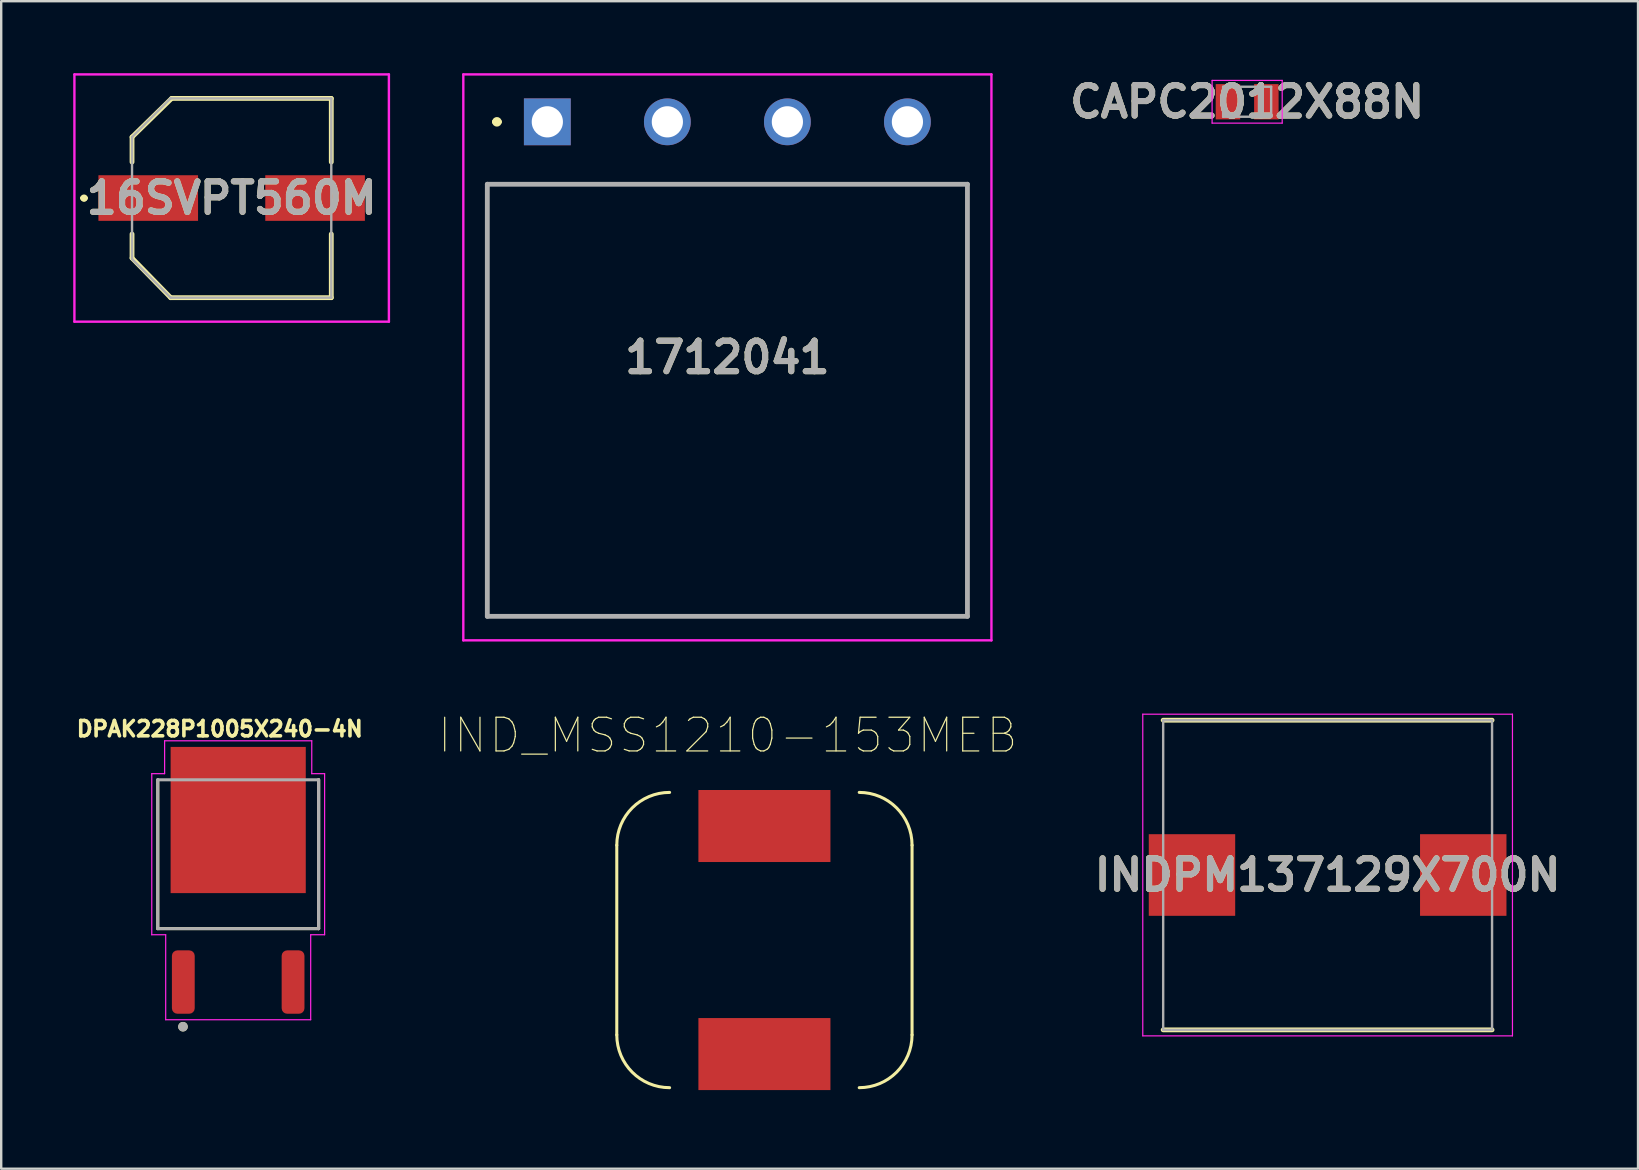
<source format=kicad_pcb>
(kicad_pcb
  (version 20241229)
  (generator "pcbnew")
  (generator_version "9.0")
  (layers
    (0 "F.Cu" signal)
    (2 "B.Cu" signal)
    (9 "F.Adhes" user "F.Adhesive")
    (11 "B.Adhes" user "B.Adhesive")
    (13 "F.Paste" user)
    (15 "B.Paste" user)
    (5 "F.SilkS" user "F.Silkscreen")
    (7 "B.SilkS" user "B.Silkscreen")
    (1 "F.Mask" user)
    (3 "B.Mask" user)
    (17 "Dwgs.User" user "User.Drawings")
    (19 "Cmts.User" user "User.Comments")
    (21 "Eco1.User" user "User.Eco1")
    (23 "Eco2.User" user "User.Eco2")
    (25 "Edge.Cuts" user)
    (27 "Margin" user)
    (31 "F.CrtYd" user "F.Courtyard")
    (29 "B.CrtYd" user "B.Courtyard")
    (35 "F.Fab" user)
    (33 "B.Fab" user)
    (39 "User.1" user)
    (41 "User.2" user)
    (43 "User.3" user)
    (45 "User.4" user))
  (footprint "INDPM137129X700N"
    (layer "F.Cu")
    (at 52.254 33.4)
    (property "Reference" "INDPM137129X700N" (at 0 0 0) (layer "F.SilkS") (effects (font (size 1.27 1.27) (thickness 0.254))))
    (attr smd)
    (fp_line (start -6.85 6.45) (end 6.85 6.45) (stroke (width 0.2) (type solid)) (layer "F.SilkS"))
    (fp_line (start 6.85 -6.45) (end -6.85 -6.45) (stroke (width 0.2) (type solid)) (layer "F.SilkS"))
    (fp_line (start -7.7 -6.7) (end 7.7 -6.7) (stroke (width 0.05) (type solid)) (layer "F.CrtYd"))
    (fp_line (start -7.7 6.7) (end -7.7 -6.7) (stroke (width 0.05) (type solid)) (layer "F.CrtYd"))
    (fp_line (start 7.7 -6.7) (end 7.7 6.7) (stroke (width 0.05) (type solid)) (layer "F.CrtYd"))
    (fp_line (start 7.7 6.7) (end -7.7 6.7) (stroke (width 0.05) (type solid)) (layer "F.CrtYd"))
    (fp_line (start -6.85 -6.45) (end 6.85 -6.45) (stroke (width 0.1) (type solid)) (layer "F.Fab"))
    (fp_line (start -6.85 6.45) (end -6.85 -6.45) (stroke (width 0.1) (type solid)) (layer "F.Fab"))
    (fp_line (start 6.85 -6.45) (end 6.85 6.45) (stroke (width 0.1) (type solid)) (layer "F.Fab"))
    (fp_line (start 6.85 6.45) (end -6.85 6.45) (stroke (width 0.1) (type solid)) (layer "F.Fab"))
    (fp_text user "${REFERENCE}" (at 0 0 0) (layer "F.Fab") (effects (font (size 1.27 1.27) (thickness 0.254))))
    (pad "1" smd rect (at -5.65 0 90) (size 3.4 3.6) (layers "F.Cu" "F.Mask" "F.Paste"))
    (pad "2" smd rect (at 5.65 0 90) (size 3.4 3.6) (layers "F.Cu" "F.Mask" "F.Paste")))
  (footprint "DPAK228P1005X240-4N"
    (layer "F.Cu")
    (at 6.872 33.619)
    (property "Reference" "DPAK228P1005X240-4N" (at -0.768 -6.306 0) (layer "F.SilkS") (effects (font (size 0.64 0.64) (thickness 0.15))))
    (attr through_hole)
    (fp_line (start -3.35 -4.185) (end -3.35 2.015) (stroke (width 0.127) (type solid)) (layer "F.SilkS"))
    (fp_line (start -3.35 2.015) (end 3.35 2.015) (stroke (width 0.127) (type solid)) (layer "F.SilkS"))
    (fp_line (start 3.35 2.015) (end 3.35 -4.185) (stroke (width 0.127) (type solid)) (layer "F.SilkS"))
    (fp_circle (center -2.3 6.1) (end -2.2 6.1) (stroke (width 0.2) (type solid)) (fill no) (layer "F.SilkS"))
    (fp_line (start 3.35 -4.185) (end 3.35 2.015) (stroke (width 0.127) (type solid)) (layer "B.SilkS"))
    (fp_poly (pts (xy -2.535 -5.27) (xy -1.225 -5.27) (xy -1.225 -3.81) (xy -2.535 -3.81)) (stroke (width 0.01) (type solid)) (fill yes) (layer "F.Paste"))
    (fp_poly (pts (xy -2.535 -3.24) (xy -1.225 -3.24) (xy -1.225 -1.78) (xy -2.535 -1.78)) (stroke (width 0.01) (type solid)) (fill yes) (layer "F.Paste"))
    (fp_poly (pts (xy -2.535 -1.21) (xy -1.225 -1.21) (xy -1.225 0.25) (xy -2.535 0.25)) (stroke (width 0.01) (type solid)) (fill yes) (layer "F.Paste"))
    (fp_poly (pts (xy -0.655 -5.27) (xy 0.655 -5.27) (xy 0.655 -3.81) (xy -0.655 -3.81)) (stroke (width 0.01) (type solid)) (fill yes) (layer "F.Paste"))
    (fp_poly (pts (xy -0.655 -3.24) (xy 0.655 -3.24) (xy 0.655 -1.78) (xy -0.655 -1.78)) (stroke (width 0.01) (type solid)) (fill yes) (layer "F.Paste"))
    (fp_poly (pts (xy -0.655 -1.21) (xy 0.655 -1.21) (xy 0.655 0.25) (xy -0.655 0.25)) (stroke (width 0.01) (type solid)) (fill yes) (layer "F.Paste"))
    (fp_poly (pts (xy 1.225 -5.27) (xy 2.535 -5.27) (xy 2.535 -3.81) (xy 1.225 -3.81)) (stroke (width 0.01) (type solid)) (fill yes) (layer "F.Paste"))
    (fp_poly (pts (xy 1.225 -3.24) (xy 2.535 -3.24) (xy 2.535 -1.78) (xy 1.225 -1.78)) (stroke (width 0.01) (type solid)) (fill yes) (layer "F.Paste"))
    (fp_poly (pts (xy 1.225 -1.21) (xy 2.535 -1.21) (xy 2.535 0.25) (xy 1.225 0.25)) (stroke (width 0.01) (type solid)) (fill yes) (layer "F.Paste"))
    (fp_line (start -3.6 -4.44) (end -3.6 2.27) (stroke (width 0.05) (type solid)) (layer "F.CrtYd"))
    (fp_line (start -3.6 2.27) (end -3.02 2.27) (stroke (width 0.05) (type solid)) (layer "F.CrtYd"))
    (fp_line (start -3.065 -5.81) (end -3.065 -4.44) (stroke (width 0.05) (type solid)) (layer "F.CrtYd"))
    (fp_line (start -3.065 -5.81) (end 3.065 -5.81) (stroke (width 0.05) (type solid)) (layer "F.CrtYd"))
    (fp_line (start -3.065 -4.44) (end -3.6 -4.44) (stroke (width 0.05) (type solid)) (layer "F.CrtYd"))
    (fp_line (start -3.02 2.27) (end -3.02 5.81) (stroke (width 0.05) (type solid)) (layer "F.CrtYd"))
    (fp_line (start -3.02 5.81) (end 3.02 5.81) (stroke (width 0.05) (type solid)) (layer "F.CrtYd"))
    (fp_line (start 3.02 2.27) (end 3.02 5.81) (stroke (width 0.05) (type solid)) (layer "F.CrtYd"))
    (fp_line (start 3.065 -5.81) (end 3.065 -4.44) (stroke (width 0.05) (type solid)) (layer "F.CrtYd"))
    (fp_line (start 3.065 -4.44) (end 3.6 -4.44) (stroke (width 0.05) (type solid)) (layer "F.CrtYd"))
    (fp_line (start 3.6 -4.44) (end 3.6 2.27) (stroke (width 0.05) (type solid)) (layer "F.CrtYd"))
    (fp_line (start 3.6 2.27) (end 3.02 2.27) (stroke (width 0.05) (type solid)) (layer "F.CrtYd"))
    (fp_line (start -3.35 -4.185) (end 3.35 -4.185) (stroke (width 0.127) (type solid)) (layer "F.Fab"))
    (fp_line (start -3.35 2.015) (end -3.35 -4.185) (stroke (width 0.127) (type solid)) (layer "F.Fab"))
    (fp_line (start 3.35 -4.185) (end 3.35 2.015) (stroke (width 0.127) (type solid)) (layer "F.Fab"))
    (fp_line (start 3.35 2.015) (end -3.35 2.015) (stroke (width 0.127) (type solid)) (layer "F.Fab"))
    (fp_circle (center -2.3 6.1) (end -2.2 6.1) (stroke (width 0.2) (type solid)) (fill no) (layer "F.Fab"))
    (pad "1" smd roundrect (at -2.286 4.24) (size 0.95 2.64) (layers "F.Cu" "F.Mask" "F.Paste") (roundrect_rratio 0.24))
    (pad "2" smd rect (at 0 -2.51) (size 5.63 6.09) (layers "F.Cu" "F.Mask"))
    (pad "3" smd roundrect (at 2.286 4.24) (size 0.95 2.64) (layers "F.Cu" "F.Mask" "F.Paste") (roundrect_rratio 0.24)))
  (footprint "CAPC2012X88N"
    (layer "F.Cu")
    (at 48.902 1.189)
    (property "Reference" "CAPC2012X88N" (at 0 0 0) (layer "F.SilkS") (effects (font (size 1.27 1.27) (thickness 0.254))))
    (attr smd)
    (fp_line (start -1.46 -0.89) (end 1.46 -0.89) (stroke (width 0.05) (type solid)) (layer "F.CrtYd"))
    (fp_line (start -1.46 0.89) (end -1.46 -0.89) (stroke (width 0.05) (type solid)) (layer "F.CrtYd"))
    (fp_line (start 1.46 -0.89) (end 1.46 0.89) (stroke (width 0.05) (type solid)) (layer "F.CrtYd"))
    (fp_line (start 1.46 0.89) (end -1.46 0.89) (stroke (width 0.05) (type solid)) (layer "F.CrtYd"))
    (fp_line (start -1 -0.625) (end 1 -0.625) (stroke (width 0.1) (type solid)) (layer "F.Fab"))
    (fp_line (start -1 0.625) (end -1 -0.625) (stroke (width 0.1) (type solid)) (layer "F.Fab"))
    (fp_line (start 1 -0.625) (end 1 0.625) (stroke (width 0.1) (type solid)) (layer "F.Fab"))
    (fp_line (start 1 0.625) (end -1 0.625) (stroke (width 0.1) (type solid)) (layer "F.Fab"))
    (fp_text user "${REFERENCE}" (at 0 0 0) (layer "F.Fab") (effects (font (size 1.27 1.27) (thickness 0.254))))
    (pad "1" smd rect (at -0.8 0) (size 1.02 1.47) (layers "F.Cu" "F.Mask" "F.Paste"))
    (pad "2" smd rect (at 0.8 0) (size 1.02 1.47) (layers "F.Cu" "F.Mask" "F.Paste")))
  (footprint "16SVPT560M"
    (layer "F.Cu")
    (at 6.6 5.2)
    (property "Reference" "16SVPT560M" (at 0 0 0) (layer "F.SilkS") (effects (font (size 1.27 1.27) (thickness 0.254))))
    (attr smd)
    (fp_line (start -6.2 0) (end -6.2 0) (stroke (width 0.2) (type solid)) (layer "F.SilkS"))
    (fp_line (start -6.2 0) (end -6.2 0) (stroke (width 0.2) (type solid)) (layer "F.SilkS"))
    (fp_line (start -6.1 0) (end -6.1 0) (stroke (width 0.2) (type solid)) (layer "F.SilkS"))
    (fp_line (start -4.15 -2.54) (end -4.15 -1.5) (stroke (width 0.2) (type solid)) (layer "F.SilkS"))
    (fp_line (start -4.15 1.5) (end -4.15 2.5) (stroke (width 0.2) (type solid)) (layer "F.SilkS"))
    (fp_line (start -4.15 2.5) (end -2.54 4.15) (stroke (width 0.2) (type solid)) (layer "F.SilkS"))
    (fp_line (start -2.54 4.15) (end 4.15 4.15) (stroke (width 0.2) (type solid)) (layer "F.SilkS"))
    (fp_line (start -2.5 -4.15) (end -4.15 -2.54) (stroke (width 0.2) (type solid)) (layer "F.SilkS"))
    (fp_line (start 4.15 -4.15) (end -2.5 -4.15) (stroke (width 0.2) (type solid)) (layer "F.SilkS"))
    (fp_line (start 4.15 -1.5) (end 4.15 -4.15) (stroke (width 0.2) (type solid)) (layer "F.SilkS"))
    (fp_line (start 4.15 4.15) (end 4.15 1.5) (stroke (width 0.2) (type solid)) (layer "F.SilkS"))
    (fp_arc (start -6.2 0) (mid -6.15 -0.05) (end -6.1 0) (stroke (width 0.2) (type solid)) (layer "F.SilkS"))
    (fp_arc (start -6.1 0) (mid -6.15 0.05) (end -6.2 0) (stroke (width 0.2) (type solid)) (layer "F.SilkS"))
    (fp_arc (start -6.1 0) (mid -6.15 0.05) (end -6.2 0) (stroke (width 0.2) (type solid)) (layer "F.SilkS"))
    (fp_line (start -6.55 -5.15) (end 6.55 -5.15) (stroke (width 0.1) (type solid)) (layer "F.CrtYd"))
    (fp_line (start -6.55 5.15) (end -6.55 -5.15) (stroke (width 0.1) (type solid)) (layer "F.CrtYd"))
    (fp_line (start 6.55 -5.15) (end 6.55 5.15) (stroke (width 0.1) (type solid)) (layer "F.CrtYd"))
    (fp_line (start 6.55 5.15) (end -6.55 5.15) (stroke (width 0.1) (type solid)) (layer "F.CrtYd"))
    (fp_line (start -4.15 -2.54) (end -4.15 2.54) (stroke (width 0.1) (type solid)) (layer "F.Fab"))
    (fp_line (start -4.15 2.54) (end -2.54 4.15) (stroke (width 0.1) (type solid)) (layer "F.Fab"))
    (fp_line (start -2.54 -4.15) (end -4.15 -2.54) (stroke (width 0.1) (type solid)) (layer "F.Fab"))
    (fp_line (start -2.54 4.15) (end 4.15 4.15) (stroke (width 0.1) (type solid)) (layer "F.Fab"))
    (fp_line (start 4.15 -4.15) (end -2.54 -4.15) (stroke (width 0.1) (type solid)) (layer "F.Fab"))
    (fp_line (start 4.15 4.15) (end 4.15 -4.15) (stroke (width 0.1) (type solid)) (layer "F.Fab"))
    (fp_text user "${REFERENCE}" (at 0 0 0) (layer "F.Fab") (effects (font (size 1.27 1.27) (thickness 0.254))))
    (pad "1" smd rect (at -3.475 0 90) (size 1.9 4.15) (layers "F.Cu" "F.Mask" "F.Paste"))
    (pad "2" smd rect (at 3.475 0 90) (size 1.9 4.15) (layers "F.Cu" "F.Mask" "F.Paste")))
  (footprint "IND_MSS1210-153MEB"
    (layer "F.Cu")
    (at 28.793 36.109)
    (property "Reference" "IND_MSS1210-153MEB" (at -1.527 -8.525 180) (layer "F.SilkS") (effects (font (size 1.403 1.403) (thickness 0.05))))
    (attr smd)
    (fp_line (start -6.15 3.95) (end -6.15 -3.95) (stroke (width 0.127) (type solid)) (layer "F.SilkS"))
    (fp_line (start 6.15 -3.95) (end 6.15 3.95) (stroke (width 0.127) (type solid)) (layer "F.SilkS"))
    (fp_arc (start -6.15 -3.95) (mid -5.505635 -5.505635) (end -3.95 -6.15) (stroke (width 0.127) (type solid)) (layer "F.SilkS"))
    (fp_arc (start -3.95 6.15) (mid -5.505635 5.505635) (end -6.15 3.95) (stroke (width 0.127) (type solid)) (layer "F.SilkS"))
    (fp_arc (start 3.95 -6.15) (mid 5.505635 -5.505635) (end 6.15 -3.95) (stroke (width 0.127) (type solid)) (layer "F.SilkS"))
    (fp_arc (start 6.15 3.95) (mid 5.505635 5.505635) (end 3.95 6.15) (stroke (width 0.127) (type solid)) (layer "F.SilkS"))
    (fp_line (start -6.4 -6.5) (end -6.4 6.5) (stroke (width 0.05) (type solid)) (layer "Eco1.User"))
    (fp_line (start -6.4 6.5) (end 6.4 6.5) (stroke (width 0.05) (type solid)) (layer "Eco1.User"))
    (fp_line (start 6.4 -6.5) (end -6.4 -6.5) (stroke (width 0.05) (type solid)) (layer "Eco1.User"))
    (fp_line (start 6.4 6.5) (end 6.4 -6.5) (stroke (width 0.05) (type solid)) (layer "Eco1.User"))
    (fp_line (start -6.15 3.95) (end -6.15 -3.95) (stroke (width 0.127) (type solid)) (layer "Eco2.User"))
    (fp_line (start -3.95 -6.15) (end 3.95 -6.15) (stroke (width 0.127) (type solid)) (layer "Eco2.User"))
    (fp_line (start 3.95 6.15) (end -3.95 6.15) (stroke (width 0.127) (type solid)) (layer "Eco2.User"))
    (fp_line (start 6.15 -3.95) (end 6.15 3.95) (stroke (width 0.127) (type solid)) (layer "Eco2.User"))
    (fp_arc (start -6.15 -3.95) (mid -5.505635 -5.505635) (end -3.95 -6.15) (stroke (width 0.127) (type solid)) (layer "Eco2.User"))
    (fp_arc (start -3.95 6.15) (mid -5.505635 5.505635) (end -6.15 3.95) (stroke (width 0.127) (type solid)) (layer "Eco2.User"))
    (fp_arc (start 3.95 -6.15) (mid 5.505635 -5.505635) (end 6.15 -3.95) (stroke (width 0.127) (type solid)) (layer "Eco2.User"))
    (fp_arc (start 6.15 3.95) (mid 5.505635 5.505635) (end 3.95 6.15) (stroke (width 0.127) (type solid)) (layer "Eco2.User"))
    (pad "1" smd rect (at 0 -4.75) (size 5.5 3) (layers "F.Cu" "F.Paste"))
    (pad "2" smd rect (at 0 4.75) (size 5.5 3) (layers "F.Cu" "F.Paste")))
  (footprint "1712041"
    (layer "F.Cu")
    (at 19.75 2.025)
    (property "Reference" "1712041" (at 7.5 9.813 0) (layer "F.SilkS") (effects (font (size 1.27 1.27) (thickness 0.254))))
    (attr through_hole)
    (fp_line (start -2.5 2.6) (end 17.5 2.6) (stroke (width 0.1) (type solid)) (layer "F.SilkS"))
    (fp_line (start -2.5 20.6) (end -2.5 2.6) (stroke (width 0.1) (type solid)) (layer "F.SilkS"))
    (fp_line (start -2.2 0) (end -2.2 0) (stroke (width 0.2) (type solid)) (layer "F.SilkS"))
    (fp_line (start -2 0) (end -2 0) (stroke (width 0.2) (type solid)) (layer "F.SilkS"))
    (fp_line (start 17.5 2.6) (end 17.5 20.6) (stroke (width 0.1) (type solid)) (layer "F.SilkS"))
    (fp_line (start 17.5 20.6) (end -2.5 20.6) (stroke (width 0.1) (type solid)) (layer "F.SilkS"))
    (fp_arc (start -2.2 0) (mid -2.1 -0.1) (end -2 0) (stroke (width 0.2) (type solid)) (layer "F.SilkS"))
    (fp_arc (start -2 0) (mid -2.1 0.1) (end -2.2 0) (stroke (width 0.2) (type solid)) (layer "F.SilkS"))
    (fp_line (start -3.5 -1.975) (end 18.5 -1.975) (stroke (width 0.1) (type solid)) (layer "F.CrtYd"))
    (fp_line (start -3.5 21.6) (end -3.5 -1.975) (stroke (width 0.1) (type solid)) (layer "F.CrtYd"))
    (fp_line (start 18.5 -1.975) (end 18.5 21.6) (stroke (width 0.1) (type solid)) (layer "F.CrtYd"))
    (fp_line (start 18.5 21.6) (end -3.5 21.6) (stroke (width 0.1) (type solid)) (layer "F.CrtYd"))
    (fp_line (start -2.5 2.6) (end 17.5 2.6) (stroke (width 0.2) (type solid)) (layer "F.Fab"))
    (fp_line (start -2.5 20.6) (end -2.5 2.6) (stroke (width 0.2) (type solid)) (layer "F.Fab"))
    (fp_line (start 17.5 2.6) (end 17.5 20.6) (stroke (width 0.2) (type solid)) (layer "F.Fab"))
    (fp_line (start 17.5 20.6) (end -2.5 20.6) (stroke (width 0.2) (type solid)) (layer "F.Fab"))
    (fp_text user "${REFERENCE}" (at 7.5 9.813 0) (layer "F.Fab") (effects (font (size 1.27 1.27) (thickness 0.254))))
    (pad "1" thru_hole rect (at 0 0) (size 1.95 1.95) (drill 1.3) (layers "*.Cu" "*.Mask"))
    (pad "2" thru_hole circle (at 5 0) (size 1.95 1.95) (drill 1.3) (layers "*.Cu" "*.Mask"))
    (pad "3" thru_hole circle (at 10 0) (size 1.95 1.95) (drill 1.3) (layers "*.Cu" "*.Mask"))
    (pad "4" thru_hole circle (at 15 0) (size 1.95 1.95) (drill 1.3) (layers "*.Cu" "*.Mask")))
  (gr_rect
    (start -3 -3)
    (end 65.185 45.634)
    (stroke (width 0.1) (type default))
    (fill no)
    (layer "Edge.Cuts")))
</source>
